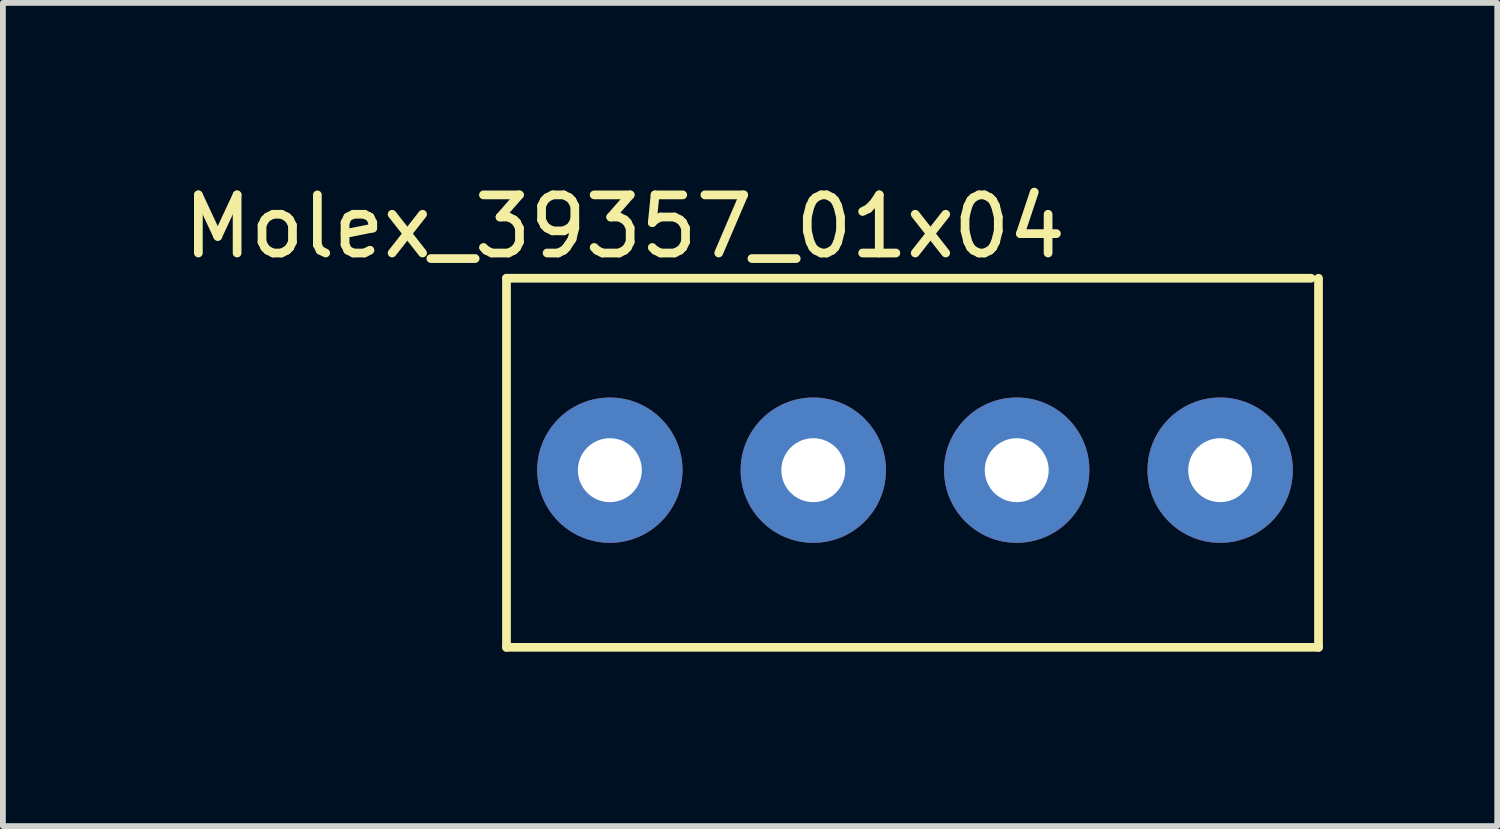
<source format=kicad_pcb>
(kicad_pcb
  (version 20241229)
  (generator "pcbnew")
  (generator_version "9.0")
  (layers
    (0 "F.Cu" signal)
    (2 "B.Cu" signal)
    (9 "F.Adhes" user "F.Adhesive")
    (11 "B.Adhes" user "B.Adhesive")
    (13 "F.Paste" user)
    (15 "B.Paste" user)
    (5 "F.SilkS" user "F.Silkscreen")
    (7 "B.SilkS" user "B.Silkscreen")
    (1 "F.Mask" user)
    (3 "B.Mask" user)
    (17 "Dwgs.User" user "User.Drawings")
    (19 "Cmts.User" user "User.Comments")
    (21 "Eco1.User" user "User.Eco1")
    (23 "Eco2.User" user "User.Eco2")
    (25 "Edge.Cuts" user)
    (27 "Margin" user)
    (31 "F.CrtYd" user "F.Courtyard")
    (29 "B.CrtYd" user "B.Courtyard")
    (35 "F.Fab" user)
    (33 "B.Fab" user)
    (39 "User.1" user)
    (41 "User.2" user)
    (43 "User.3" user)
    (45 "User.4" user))
  (footprint "Molex_39357_01x04"
    (layer "F.Cu")
    (at 7.442 5.039)
    (property "Reference" "Molex_39357_01x04" (at 0.254 -4.191 0) (layer "F.SilkS") (effects (font (size 1 1) (thickness 0.15))))
    (attr through_hole)
    (fp_line (start -1.778 -3.302) (end 12.065 -3.302) (stroke (width 0.15) (type solid)) (layer "F.SilkS"))
    (fp_line (start -1.778 3.048) (end -1.778 -3.302) (stroke (width 0.15) (type solid)) (layer "F.SilkS"))
    (fp_line (start 12.192 -3.302) (end 12.192 3.048) (stroke (width 0.15) (type solid)) (layer "F.SilkS"))
    (fp_line (start 12.192 3.048) (end -1.778 3.048) (stroke (width 0.15) (type solid)) (layer "F.SilkS"))
    (pad "1" thru_hole circle (at 0 0) (size 2.5 2.5) (drill 1.1) (layers "*.Cu" "*.Mask"))
    (pad "2" thru_hole circle (at 3.5 0) (size 2.5 2.5) (drill 1.1) (layers "*.Cu" "*.Mask"))
    (pad "3" thru_hole circle (at 7 0) (size 2.5 2.5) (drill 1.1) (layers "*.Cu" "*.Mask"))
    (pad "4" thru_hole circle (at 10.5 0) (size 2.5 2.5) (drill 1.1) (layers "*.Cu" "*.Mask")))
  (gr_rect
    (start -3 -3)
    (end 22.709 11.162)
    (stroke (width 0.1) (type default))
    (fill no)
    (layer "Edge.Cuts")))
</source>
